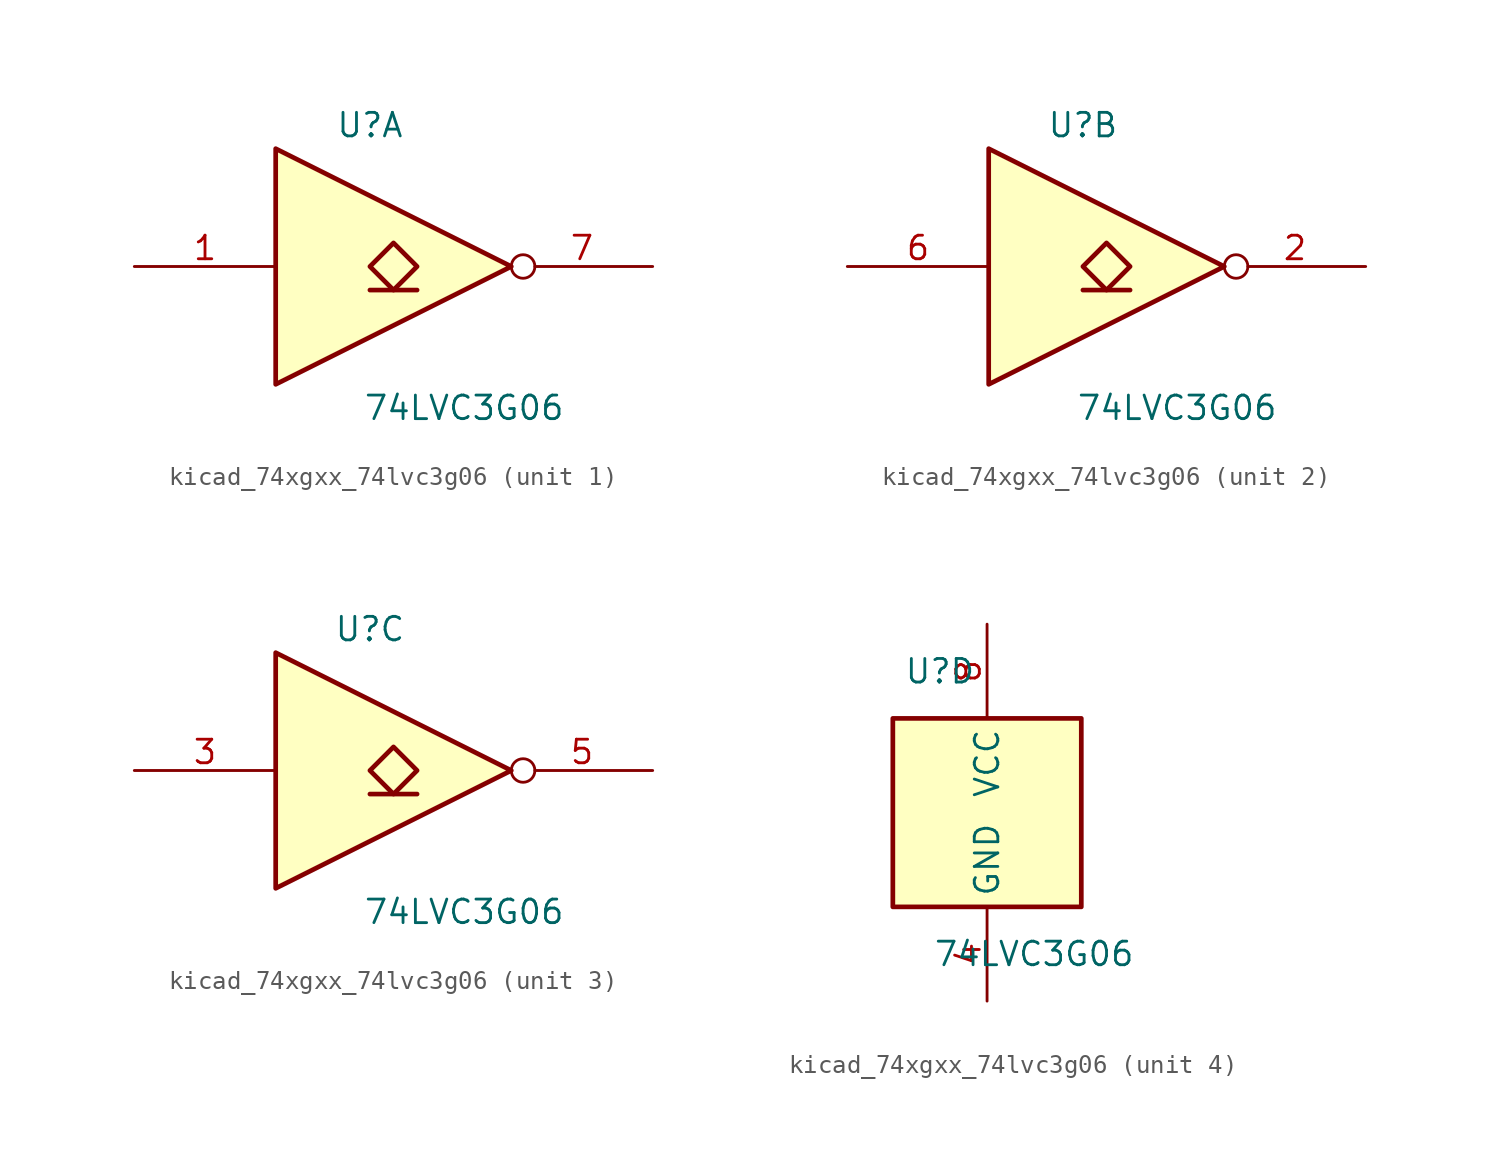
<source format=kicad_sym>
(kicad_symbol_lib
  (version 20220914)
  (generator kicad_symbol_editor)
  (symbol "kicad_74xgxx_74lvc3g06"
    (property "Reference" "U"
      (at -2.54 7.62 0)
      (effects (font (size 1.27 1.27))))
    (property "Value" "74LVC3G06"
      (at 2.54 -7.62 0)
      (effects (font (size 1.27 1.27))))
    (symbol "kicad_74xgxx_74lvc3g06_1_1"
      (polyline (pts (xy -2.54 -1.27) (xy 0 -1.27)) (stroke (width 0.254) (type default)) (fill (type background)))
      (polyline (pts (xy -7.62 6.35) (xy -7.62 -6.35) (xy 5.08 0) (xy -7.62 6.35)) (stroke (width 0.254) (type default)) (fill (type background)))
      (polyline (pts (xy -1.27 1.27) (xy -2.54 0) (xy -1.27 -1.27) (xy 0 0) (xy -1.27 1.27)) (stroke (width 0.254) (type default)) (fill (type background)))
      (pin input line (at -15.24 0 0) (length 7.62) (name "~" (effects (font (size 1.27 1.27)))) (number "1" (effects (font (size 1.27 1.27)))))
      (pin open_collector inverted (at 12.7 0 180) (length 7.62) (name "~" (effects (font (size 1.27 1.27)))) (number "7" (effects (font (size 1.27 1.27))))))
    (symbol "kicad_74xgxx_74lvc3g06_2_1"
      (polyline (pts (xy -2.54 -1.27) (xy 0 -1.27)) (stroke (width 0.254) (type default)) (fill (type background)))
      (polyline (pts (xy -7.62 6.35) (xy -7.62 -6.35) (xy 5.08 0) (xy -7.62 6.35)) (stroke (width 0.254) (type default)) (fill (type background)))
      (polyline (pts (xy -1.27 1.27) (xy -2.54 0) (xy -1.27 -1.27) (xy 0 0) (xy -1.27 1.27)) (stroke (width 0.254) (type default)) (fill (type background)))
      (pin open_collector inverted (at 12.7 0 180) (length 7.62) (name "~" (effects (font (size 1.27 1.27)))) (number "2" (effects (font (size 1.27 1.27)))))
      (pin input line (at -15.24 0 0) (length 7.62) (name "~" (effects (font (size 1.27 1.27)))) (number "6" (effects (font (size 1.27 1.27))))))
    (symbol "kicad_74xgxx_74lvc3g06_3_1"
      (polyline (pts (xy -2.54 -1.27) (xy 0 -1.27)) (stroke (width 0.254) (type default)) (fill (type background)))
      (polyline (pts (xy -7.62 6.35) (xy -7.62 -6.35) (xy 5.08 0) (xy -7.62 6.35)) (stroke (width 0.254) (type default)) (fill (type background)))
      (polyline (pts (xy -1.27 1.27) (xy -2.54 0) (xy -1.27 -1.27) (xy 0 0) (xy -1.27 1.27)) (stroke (width 0.254) (type default)) (fill (type background)))
      (pin input line (at -15.24 0 0) (length 7.62) (name "~" (effects (font (size 1.27 1.27)))) (number "3" (effects (font (size 1.27 1.27)))))
      (pin open_collector inverted (at 12.7 0 180) (length 7.62) (name "~" (effects (font (size 1.27 1.27)))) (number "5" (effects (font (size 1.27 1.27))))))
    (symbol "kicad_74xgxx_74lvc3g06_4_0"
      (rectangle (start -5.08 -5.08) (end 5.08 5.08) (stroke (width 0.254) (type default)) (fill (type background))))
    (symbol "kicad_74xgxx_74lvc3g06_4_1"
      (pin power_in line (at 0 -10.16 90) (length 5.08) (name "GND" (effects (font (size 1.27 1.27)))) (number "4" (effects (font (size 1.27 1.27)))))
      (pin power_in line (at 0 10.16 270) (length 5.08) (name "VCC" (effects (font (size 1.27 1.27)))) (number "8" (effects (font (size 1.27 1.27))))))))
</source>
